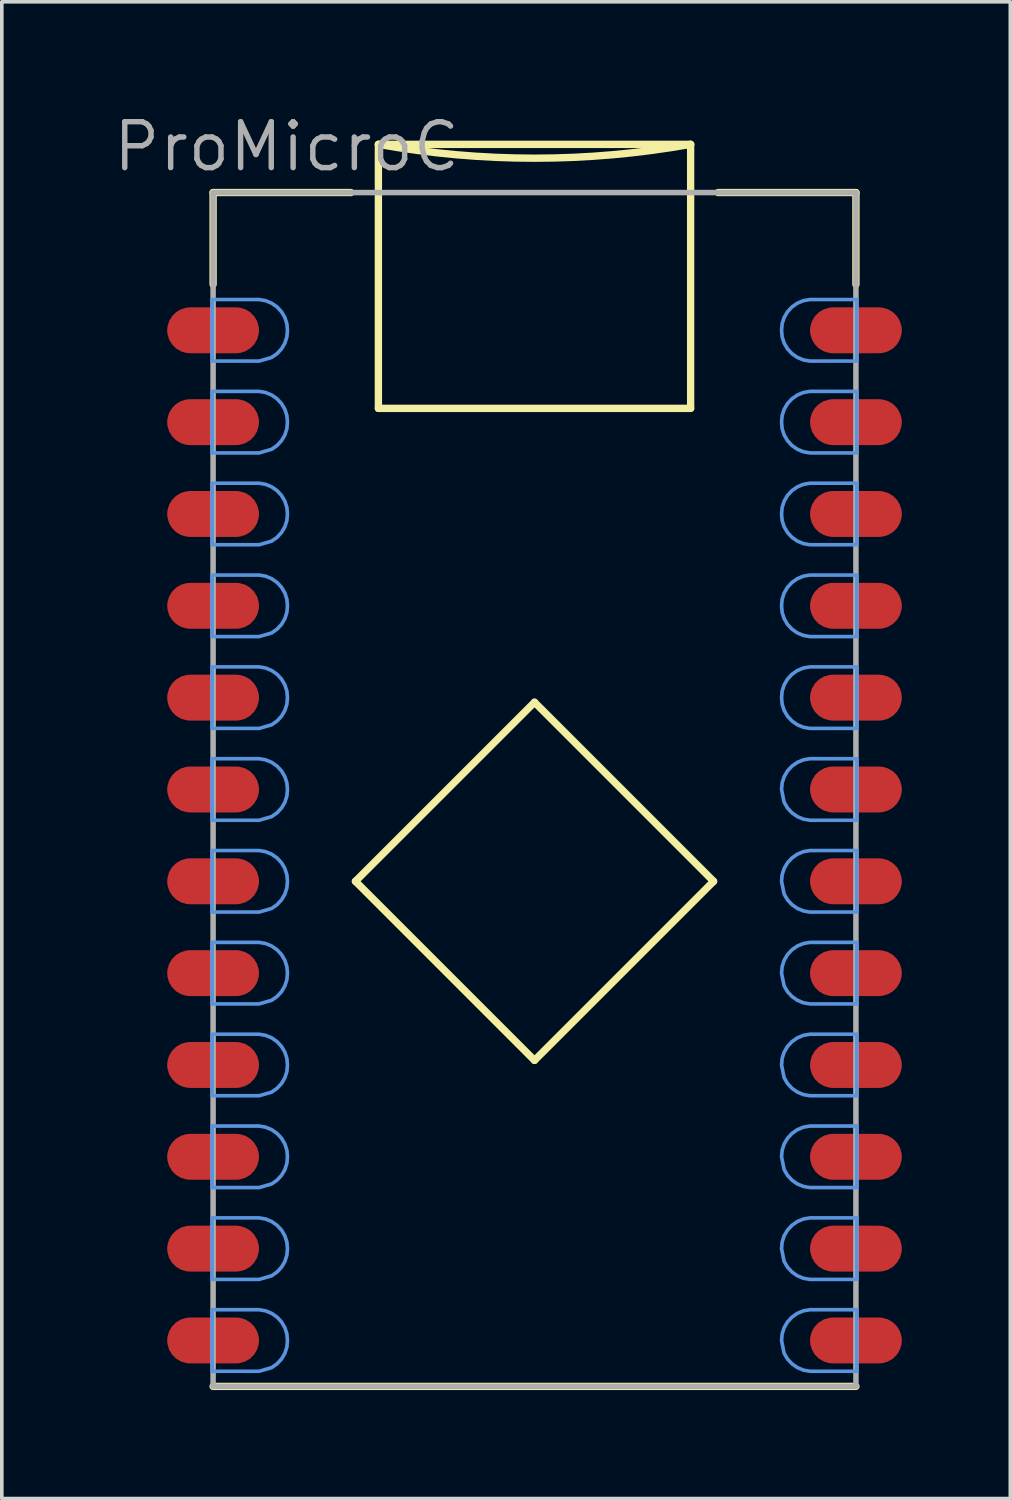
<source format=kicad_pcb>
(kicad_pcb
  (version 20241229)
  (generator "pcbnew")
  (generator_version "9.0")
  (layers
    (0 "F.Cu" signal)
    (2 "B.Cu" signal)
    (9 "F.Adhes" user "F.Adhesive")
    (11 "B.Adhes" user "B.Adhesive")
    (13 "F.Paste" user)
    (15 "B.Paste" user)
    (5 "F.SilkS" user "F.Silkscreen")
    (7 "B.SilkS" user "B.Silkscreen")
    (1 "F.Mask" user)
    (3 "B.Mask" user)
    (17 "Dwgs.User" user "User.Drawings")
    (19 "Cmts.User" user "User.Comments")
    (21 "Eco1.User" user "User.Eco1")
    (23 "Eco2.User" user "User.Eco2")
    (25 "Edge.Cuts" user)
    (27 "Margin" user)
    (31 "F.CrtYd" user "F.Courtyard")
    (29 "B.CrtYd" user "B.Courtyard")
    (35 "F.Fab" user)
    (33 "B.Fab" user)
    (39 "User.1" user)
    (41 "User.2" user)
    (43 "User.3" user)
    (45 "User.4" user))
  (footprint "ProMicroC"
    (layer "F.Cu")
    (at 11.734 18.786)
    (property "Reference" "ProMicroC" (at -6.858 -17.78 0) (layer "F.Fab") (effects (font (size 1.27 1.27) (thickness 0.15))))
    (fp_line (start -8.89 -16.51) (end -8.89 -13.97) (stroke (width 0.203) (type solid)) (layer "F.SilkS"))
    (fp_line (start -5.08 -16.51) (end -8.89 -16.51) (stroke (width 0.203) (type solid)) (layer "F.SilkS"))
    (fp_line (start -4.953 2.54) (end 0 7.493) (stroke (width 0.203) (type solid)) (layer "F.SilkS"))
    (fp_line (start -4.318 -17.843) (end 4.318 -17.843) (stroke (width 0.203) (type solid)) (layer "F.SilkS"))
    (fp_line (start -4.318 -10.541) (end -4.318 -17.843) (stroke (width 0.203) (type solid)) (layer "F.SilkS"))
    (fp_line (start 0 -2.413) (end -4.953 2.54) (stroke (width 0.203) (type solid)) (layer "F.SilkS"))
    (fp_line (start 0 7.493) (end 4.953 2.54) (stroke (width 0.203) (type solid)) (layer "F.SilkS"))
    (fp_line (start 4.318 -17.843) (end 4.318 -10.541) (stroke (width 0.203) (type solid)) (layer "F.SilkS"))
    (fp_line (start 4.318 -10.541) (end -4.318 -10.541) (stroke (width 0.203) (type solid)) (layer "F.SilkS"))
    (fp_line (start 4.953 2.54) (end 0 -2.413) (stroke (width 0.203) (type solid)) (layer "F.SilkS"))
    (fp_line (start 5.08 -16.51) (end 8.89 -16.51) (stroke (width 0.203) (type solid)) (layer "F.SilkS"))
    (fp_line (start 8.89 -16.51) (end 8.89 -13.97) (stroke (width 0.203) (type solid)) (layer "F.SilkS"))
    (fp_line (start 8.89 16.51) (end -8.89 16.51) (stroke (width 0.203) (type solid)) (layer "F.SilkS"))
    (fp_arc (start 4.318 -17.8435) (mid 0 -17.460445) (end -4.318 -17.8435) (stroke (width 0.2032) (type solid)) (layer "F.SilkS"))
    (fp_poly (pts (xy -7.439 -13.52) (xy -7.27 -13.45) (xy -7.121 -13.346) (xy -6.997 -13.212) (xy -6.905 -13.055) (xy -6.849 -12.881) (xy -6.833 -12.701) (xy -6.833 -12.699) (xy -6.849 -12.519) (xy -6.905 -12.345) (xy -6.997 -12.188) (xy -7.121 -12.054) (xy -7.271 -11.949) (xy -7.616 -11.849) (xy -8.915 -11.849) (xy -8.915 -13.551) (xy -7.618 -13.551)) (stroke (width 0.1) (type default)) (fill no) (layer "Cmts.User"))
    (fp_poly (pts (xy -7.439 -10.98) (xy -7.27 -10.91) (xy -7.121 -10.806) (xy -6.997 -10.672) (xy -6.905 -10.515) (xy -6.849 -10.341) (xy -6.833 -10.161) (xy -6.833 -10.159) (xy -6.849 -9.979) (xy -6.905 -9.805) (xy -6.997 -9.648) (xy -7.121 -9.514) (xy -7.271 -9.409) (xy -7.616 -9.309) (xy -8.915 -9.309) (xy -8.915 -11.011) (xy -7.618 -11.011)) (stroke (width 0.1) (type default)) (fill no) (layer "Cmts.User"))
    (fp_poly (pts (xy -7.439 -8.44) (xy -7.27 -8.37) (xy -7.121 -8.266) (xy -6.997 -8.132) (xy -6.905 -7.975) (xy -6.849 -7.801) (xy -6.833 -7.621) (xy -6.833 -7.619) (xy -6.849 -7.439) (xy -6.905 -7.265) (xy -6.997 -7.108) (xy -7.121 -6.974) (xy -7.271 -6.869) (xy -7.616 -6.769) (xy -8.915 -6.769) (xy -8.915 -8.471) (xy -7.618 -8.471)) (stroke (width 0.1) (type default)) (fill no) (layer "Cmts.User"))
    (fp_poly (pts (xy -7.439 -5.9) (xy -7.27 -5.83) (xy -7.121 -5.726) (xy -6.997 -5.592) (xy -6.905 -5.435) (xy -6.849 -5.261) (xy -6.833 -5.081) (xy -6.833 -5.079) (xy -6.849 -4.899) (xy -6.905 -4.725) (xy -6.997 -4.568) (xy -7.121 -4.434) (xy -7.271 -4.329) (xy -7.616 -4.229) (xy -8.915 -4.229) (xy -8.915 -5.931) (xy -7.618 -5.931)) (stroke (width 0.1) (type default)) (fill no) (layer "Cmts.User"))
    (fp_poly (pts (xy -7.439 -3.36) (xy -7.27 -3.29) (xy -7.121 -3.186) (xy -6.997 -3.052) (xy -6.905 -2.895) (xy -6.849 -2.721) (xy -6.833 -2.541) (xy -6.833 -2.539) (xy -6.849 -2.359) (xy -6.905 -2.185) (xy -6.997 -2.028) (xy -7.121 -1.894) (xy -7.271 -1.789) (xy -7.616 -1.689) (xy -8.915 -1.689) (xy -8.915 -3.391) (xy -7.618 -3.391)) (stroke (width 0.1) (type default)) (fill no) (layer "Cmts.User"))
    (fp_poly (pts (xy -7.439 -0.82) (xy -7.27 -0.75) (xy -7.121 -0.646) (xy -6.997 -0.512) (xy -6.905 -0.355) (xy -6.849 -0.181) (xy -6.833 -0.001) (xy -6.833 0.001) (xy -6.849 0.181) (xy -6.905 0.355) (xy -6.997 0.512) (xy -7.121 0.646) (xy -7.271 0.751) (xy -7.616 0.851) (xy -8.915 0.851) (xy -8.915 -0.851) (xy -7.618 -0.851)) (stroke (width 0.1) (type default)) (fill no) (layer "Cmts.User"))
    (fp_poly (pts (xy -7.439 1.72) (xy -7.27 1.79) (xy -7.121 1.894) (xy -6.997 2.028) (xy -6.905 2.185) (xy -6.849 2.359) (xy -6.833 2.539) (xy -6.833 2.541) (xy -6.849 2.721) (xy -6.905 2.895) (xy -6.997 3.052) (xy -7.121 3.186) (xy -7.271 3.291) (xy -7.616 3.391) (xy -8.915 3.391) (xy -8.915 1.689) (xy -7.618 1.689)) (stroke (width 0.1) (type default)) (fill no) (layer "Cmts.User"))
    (fp_poly (pts (xy -7.439 4.26) (xy -7.27 4.33) (xy -7.121 4.434) (xy -6.997 4.568) (xy -6.905 4.725) (xy -6.849 4.899) (xy -6.833 5.079) (xy -6.833 5.081) (xy -6.849 5.261) (xy -6.905 5.435) (xy -6.997 5.592) (xy -7.121 5.726) (xy -7.271 5.831) (xy -7.616 5.931) (xy -8.915 5.931) (xy -8.915 4.229) (xy -7.618 4.229)) (stroke (width 0.1) (type default)) (fill no) (layer "Cmts.User"))
    (fp_poly (pts (xy -7.439 6.8) (xy -7.27 6.87) (xy -7.121 6.974) (xy -6.997 7.108) (xy -6.905 7.265) (xy -6.849 7.439) (xy -6.833 7.619) (xy -6.833 7.621) (xy -6.849 7.801) (xy -6.905 7.975) (xy -6.997 8.132) (xy -7.121 8.266) (xy -7.271 8.371) (xy -7.616 8.471) (xy -8.915 8.471) (xy -8.915 6.769) (xy -7.618 6.769)) (stroke (width 0.1) (type default)) (fill no) (layer "Cmts.User"))
    (fp_poly (pts (xy -7.439 9.34) (xy -7.27 9.41) (xy -7.121 9.514) (xy -6.997 9.648) (xy -6.905 9.805) (xy -6.849 9.979) (xy -6.833 10.159) (xy -6.833 10.161) (xy -6.849 10.341) (xy -6.905 10.515) (xy -6.997 10.672) (xy -7.121 10.806) (xy -7.271 10.911) (xy -7.616 11.011) (xy -8.915 11.011) (xy -8.915 9.309) (xy -7.618 9.309)) (stroke (width 0.1) (type default)) (fill no) (layer "Cmts.User"))
    (fp_poly (pts (xy -7.439 11.88) (xy -7.27 11.95) (xy -7.121 12.054) (xy -6.997 12.188) (xy -6.905 12.345) (xy -6.849 12.519) (xy -6.833 12.699) (xy -6.833 12.701) (xy -6.849 12.881) (xy -6.905 13.055) (xy -6.997 13.212) (xy -7.121 13.346) (xy -7.271 13.451) (xy -7.616 13.551) (xy -8.915 13.551) (xy -8.915 11.849) (xy -7.618 11.849)) (stroke (width 0.1) (type default)) (fill no) (layer "Cmts.User"))
    (fp_poly (pts (xy -7.439 14.42) (xy -7.27 14.49) (xy -7.121 14.594) (xy -6.997 14.728) (xy -6.905 14.885) (xy -6.849 15.059) (xy -6.833 15.239) (xy -6.833 15.241) (xy -6.849 15.421) (xy -6.905 15.595) (xy -6.997 15.752) (xy -7.121 15.886) (xy -7.271 15.991) (xy -7.616 16.091) (xy -8.915 16.091) (xy -8.915 14.389) (xy -7.618 14.389)) (stroke (width 0.1) (type default)) (fill no) (layer "Cmts.User"))
    (fp_poly (pts (xy 8.915 0.851) (xy 7.618 0.851) (xy 7.439 0.82) (xy 7.27 0.75) (xy 7.121 0.646) (xy 6.997 0.512) (xy 6.904 0.353) (xy 6.833 0.003) (xy 6.833 -0.001) (xy 6.849 -0.181) (xy 6.905 -0.355) (xy 6.997 -0.512) (xy 7.121 -0.646) (xy 7.27 -0.75) (xy 7.439 -0.82) (xy 7.618 -0.851) (xy 8.915 -0.851)) (stroke (width 0.1) (type default)) (fill no) (layer "Cmts.User"))
    (fp_poly (pts (xy 8.915 3.391) (xy 7.618 3.391) (xy 7.439 3.36) (xy 7.27 3.29) (xy 7.121 3.186) (xy 6.997 3.052) (xy 6.904 2.893) (xy 6.833 2.543) (xy 6.833 2.539) (xy 6.849 2.359) (xy 6.905 2.185) (xy 6.997 2.028) (xy 7.121 1.894) (xy 7.27 1.79) (xy 7.439 1.72) (xy 7.618 1.689) (xy 8.915 1.689)) (stroke (width 0.1) (type default)) (fill no) (layer "Cmts.User"))
    (fp_poly (pts (xy 8.915 5.931) (xy 7.618 5.931) (xy 7.439 5.9) (xy 7.27 5.83) (xy 7.121 5.726) (xy 6.997 5.592) (xy 6.904 5.433) (xy 6.833 5.083) (xy 6.833 5.079) (xy 6.849 4.899) (xy 6.905 4.725) (xy 6.997 4.568) (xy 7.121 4.434) (xy 7.27 4.33) (xy 7.439 4.26) (xy 7.618 4.229) (xy 8.915 4.229)) (stroke (width 0.1) (type default)) (fill no) (layer "Cmts.User"))
    (fp_poly (pts (xy 8.915 8.471) (xy 7.618 8.471) (xy 7.439 8.44) (xy 7.27 8.37) (xy 7.121 8.266) (xy 6.997 8.132) (xy 6.904 7.973) (xy 6.833 7.623) (xy 6.833 7.619) (xy 6.849 7.439) (xy 6.905 7.265) (xy 6.997 7.108) (xy 7.121 6.974) (xy 7.27 6.87) (xy 7.439 6.8) (xy 7.618 6.769) (xy 8.915 6.769)) (stroke (width 0.1) (type default)) (fill no) (layer "Cmts.User"))
    (fp_poly (pts (xy 8.915 11.011) (xy 7.618 11.011) (xy 7.439 10.98) (xy 7.27 10.91) (xy 7.121 10.806) (xy 6.997 10.672) (xy 6.904 10.513) (xy 6.833 10.163) (xy 6.833 10.159) (xy 6.849 9.979) (xy 6.905 9.805) (xy 6.997 9.648) (xy 7.121 9.514) (xy 7.27 9.41) (xy 7.439 9.34) (xy 7.618 9.309) (xy 8.915 9.309)) (stroke (width 0.1) (type default)) (fill no) (layer "Cmts.User"))
    (fp_poly (pts (xy 8.915 13.551) (xy 7.618 13.551) (xy 7.439 13.52) (xy 7.27 13.45) (xy 7.121 13.346) (xy 6.997 13.212) (xy 6.904 13.053) (xy 6.833 12.703) (xy 6.833 12.699) (xy 6.849 12.519) (xy 6.905 12.345) (xy 6.997 12.188) (xy 7.121 12.054) (xy 7.27 11.95) (xy 7.439 11.88) (xy 7.618 11.849) (xy 8.915 11.849)) (stroke (width 0.1) (type default)) (fill no) (layer "Cmts.User"))
    (fp_poly (pts (xy 8.915 16.091) (xy 7.618 16.091) (xy 7.439 16.06) (xy 7.27 15.99) (xy 7.121 15.886) (xy 6.997 15.752) (xy 6.904 15.593) (xy 6.833 15.243) (xy 6.833 15.239) (xy 6.849 15.059) (xy 6.905 14.885) (xy 6.997 14.728) (xy 7.121 14.594) (xy 7.27 14.49) (xy 7.439 14.42) (xy 7.618 14.389) (xy 8.915 14.389)) (stroke (width 0.1) (type default)) (fill no) (layer "Cmts.User"))
    (fp_poly (pts (xy 8.915 -11.849) (xy 7.618 -11.849) (xy 7.439 -11.88) (xy 7.27 -11.95) (xy 7.121 -12.054) (xy 6.997 -12.188) (xy 6.905 -12.345) (xy 6.849 -12.519) (xy 6.833 -12.699) (xy 6.833 -12.701) (xy 6.849 -12.881) (xy 6.905 -13.055) (xy 6.997 -13.212) (xy 7.121 -13.346) (xy 7.27 -13.45) (xy 7.439 -13.52) (xy 7.618 -13.551) (xy 8.915 -13.551)) (stroke (width 0.1) (type default)) (fill no) (layer "Cmts.User"))
    (fp_poly (pts (xy 8.915 -9.309) (xy 7.618 -9.309) (xy 7.439 -9.34) (xy 7.27 -9.41) (xy 7.121 -9.514) (xy 6.997 -9.648) (xy 6.905 -9.805) (xy 6.849 -9.979) (xy 6.833 -10.159) (xy 6.833 -10.161) (xy 6.849 -10.341) (xy 6.905 -10.515) (xy 6.997 -10.672) (xy 7.121 -10.806) (xy 7.27 -10.91) (xy 7.439 -10.98) (xy 7.618 -11.011) (xy 8.915 -11.011)) (stroke (width 0.1) (type default)) (fill no) (layer "Cmts.User"))
    (fp_poly (pts (xy 8.915 -6.769) (xy 7.618 -6.769) (xy 7.439 -6.8) (xy 7.27 -6.87) (xy 7.121 -6.974) (xy 6.997 -7.108) (xy 6.905 -7.265) (xy 6.849 -7.439) (xy 6.833 -7.619) (xy 6.833 -7.621) (xy 6.849 -7.801) (xy 6.905 -7.975) (xy 6.997 -8.132) (xy 7.121 -8.266) (xy 7.27 -8.37) (xy 7.439 -8.44) (xy 7.618 -8.471) (xy 8.915 -8.471)) (stroke (width 0.1) (type default)) (fill no) (layer "Cmts.User"))
    (fp_poly (pts (xy 8.915 -4.229) (xy 7.618 -4.229) (xy 7.439 -4.26) (xy 7.27 -4.33) (xy 7.121 -4.434) (xy 6.997 -4.568) (xy 6.905 -4.725) (xy 6.849 -4.899) (xy 6.833 -5.079) (xy 6.833 -5.081) (xy 6.849 -5.261) (xy 6.905 -5.435) (xy 6.997 -5.592) (xy 7.121 -5.726) (xy 7.27 -5.83) (xy 7.439 -5.9) (xy 7.618 -5.931) (xy 8.915 -5.931)) (stroke (width 0.1) (type default)) (fill no) (layer "Cmts.User"))
    (fp_poly (pts (xy 8.915 -1.689) (xy 7.618 -1.689) (xy 7.439 -1.72) (xy 7.27 -1.79) (xy 7.121 -1.894) (xy 6.997 -2.028) (xy 6.905 -2.185) (xy 6.849 -2.359) (xy 6.833 -2.539) (xy 6.833 -2.541) (xy 6.849 -2.721) (xy 6.905 -2.895) (xy 6.997 -3.052) (xy 7.121 -3.186) (xy 7.27 -3.29) (xy 7.439 -3.36) (xy 7.618 -3.391) (xy 8.915 -3.391)) (stroke (width 0.1) (type default)) (fill no) (layer "Cmts.User"))
    (fp_line (start -8.89 -16.51) (end -8.89 16.51) (stroke (width 0.152) (type solid)) (layer "F.Fab"))
    (fp_line (start -8.89 16.51) (end 8.89 16.51) (stroke (width 0.152) (type solid)) (layer "F.Fab"))
    (fp_line (start 8.89 -16.51) (end -8.89 -16.51) (stroke (width 0.152) (type solid)) (layer "F.Fab"))
    (fp_line (start 8.89 16.51) (end 8.89 -16.51) (stroke (width 0.152) (type solid)) (layer "F.Fab"))
    (pad "1" smd roundrect (at -8.89 -12.7) (size 2.54 1.27) (layers "F.Cu" "F.Mask" "F.Paste") (roundrect_rratio 0.5))
    (pad "2" smd roundrect (at -8.89 -10.16) (size 2.54 1.27) (layers "F.Cu" "F.Mask" "F.Paste") (roundrect_rratio 0.5))
    (pad "3" smd roundrect (at -8.89 -7.62) (size 2.54 1.27) (layers "F.Cu" "F.Mask" "F.Paste") (roundrect_rratio 0.5))
    (pad "4" smd roundrect (at -8.89 -5.08) (size 2.54 1.27) (layers "F.Cu" "F.Mask" "F.Paste") (roundrect_rratio 0.5))
    (pad "5" smd roundrect (at -8.89 -2.54) (size 2.54 1.27) (layers "F.Cu" "F.Mask" "F.Paste") (roundrect_rratio 0.5))
    (pad "6" smd roundrect (at -8.89 0) (size 2.54 1.27) (layers "F.Cu" "F.Mask" "F.Paste") (roundrect_rratio 0.5))
    (pad "7" smd roundrect (at -8.89 2.54) (size 2.54 1.27) (layers "F.Cu" "F.Mask" "F.Paste") (roundrect_rratio 0.5))
    (pad "8" smd roundrect (at -8.89 5.08) (size 2.54 1.27) (layers "F.Cu" "F.Mask" "F.Paste") (roundrect_rratio 0.5))
    (pad "9" smd roundrect (at -8.89 7.62) (size 2.54 1.27) (layers "F.Cu" "F.Mask" "F.Paste") (roundrect_rratio 0.5))
    (pad "10" smd roundrect (at -8.89 10.16) (size 2.54 1.27) (layers "F.Cu" "F.Mask" "F.Paste") (roundrect_rratio 0.5))
    (pad "11" smd roundrect (at -8.89 12.7) (size 2.54 1.27) (layers "F.Cu" "F.Mask" "F.Paste") (roundrect_rratio 0.5))
    (pad "12" smd roundrect (at -8.89 15.24) (size 2.54 1.27) (layers "F.Cu" "F.Mask" "F.Paste") (roundrect_rratio 0.5))
    (pad "13" smd roundrect (at 8.89 15.24) (size 2.54 1.27) (layers "F.Cu" "F.Mask" "F.Paste") (roundrect_rratio 0.5))
    (pad "14" smd roundrect (at 8.89 12.7) (size 2.54 1.27) (layers "F.Cu" "F.Mask" "F.Paste") (roundrect_rratio 0.5))
    (pad "15" smd roundrect (at 8.89 10.16) (size 2.54 1.27) (layers "F.Cu" "F.Mask" "F.Paste") (roundrect_rratio 0.5))
    (pad "16" smd roundrect (at 8.89 7.62) (size 2.54 1.27) (layers "F.Cu" "F.Mask" "F.Paste") (roundrect_rratio 0.5))
    (pad "17" smd roundrect (at 8.89 5.08) (size 2.54 1.27) (layers "F.Cu" "F.Mask" "F.Paste") (roundrect_rratio 0.5))
    (pad "18" smd roundrect (at 8.89 2.54) (size 2.54 1.27) (layers "F.Cu" "F.Mask" "F.Paste") (roundrect_rratio 0.5))
    (pad "19" smd roundrect (at 8.89 0) (size 2.54 1.27) (layers "F.Cu" "F.Mask" "F.Paste") (roundrect_rratio 0.5))
    (pad "20" smd roundrect (at 8.89 -2.54) (size 2.54 1.27) (layers "F.Cu" "F.Mask" "F.Paste") (roundrect_rratio 0.5))
    (pad "21" smd roundrect (at 8.89 -5.08) (size 2.54 1.27) (layers "F.Cu" "F.Mask" "F.Paste") (roundrect_rratio 0.5))
    (pad "22" smd roundrect (at 8.89 -7.62) (size 2.54 1.27) (layers "F.Cu" "F.Mask" "F.Paste") (roundrect_rratio 0.5))
    (pad "23" smd roundrect (at 8.89 -10.16) (size 2.54 1.27) (layers "F.Cu" "F.Mask" "F.Paste") (roundrect_rratio 0.5))
    (pad "24" smd roundrect (at 8.89 -12.7) (size 2.54 1.27) (layers "F.Cu" "F.Mask" "F.Paste") (roundrect_rratio 0.5)))
  (gr_rect
    (start -3 -3)
    (end 24.894 38.398)
    (stroke (width 0.1) (type default))
    (fill no)
    (layer "Edge.Cuts")))
</source>
